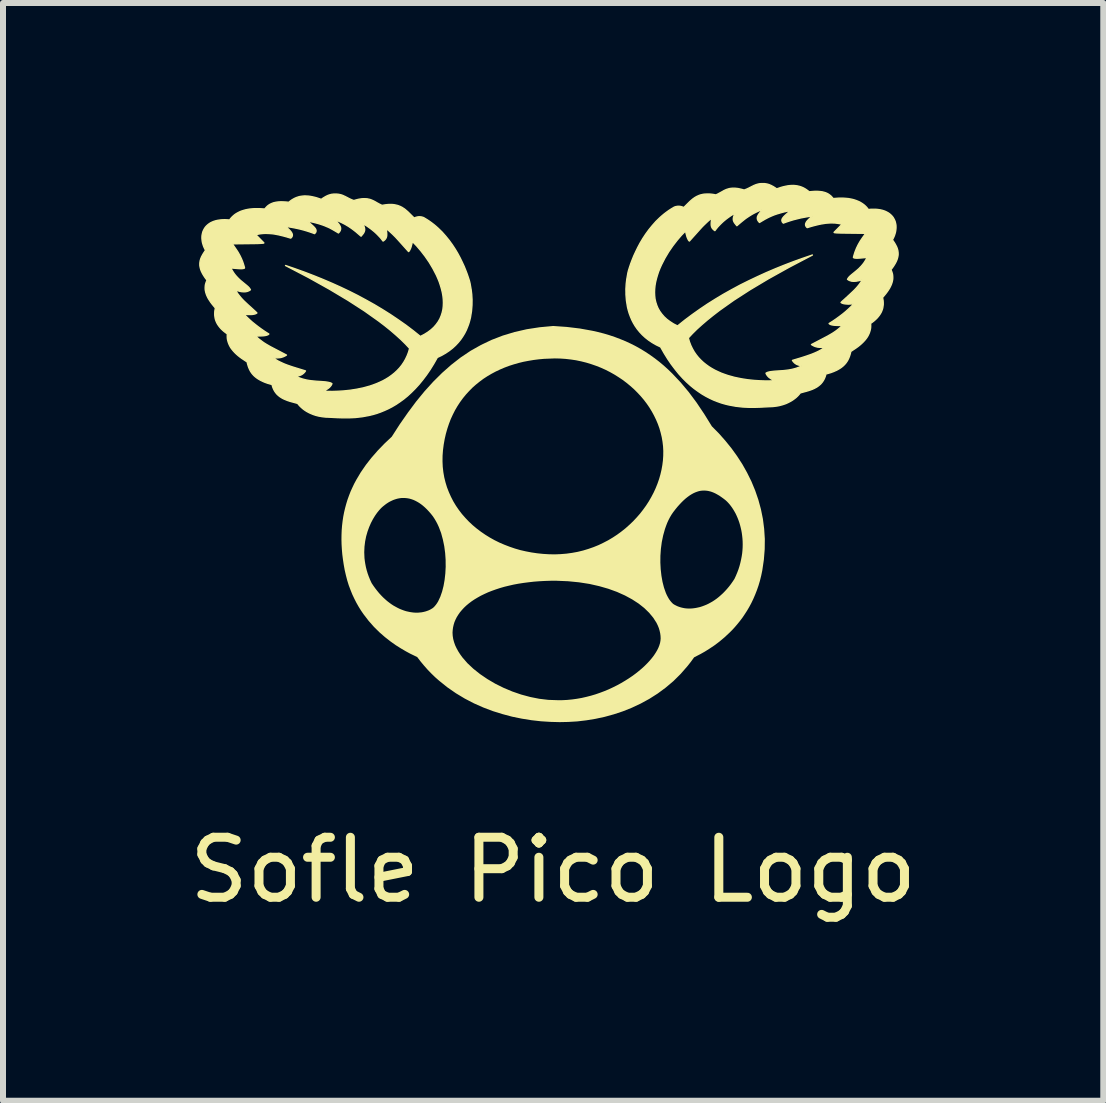
<source format=kicad_pcb>
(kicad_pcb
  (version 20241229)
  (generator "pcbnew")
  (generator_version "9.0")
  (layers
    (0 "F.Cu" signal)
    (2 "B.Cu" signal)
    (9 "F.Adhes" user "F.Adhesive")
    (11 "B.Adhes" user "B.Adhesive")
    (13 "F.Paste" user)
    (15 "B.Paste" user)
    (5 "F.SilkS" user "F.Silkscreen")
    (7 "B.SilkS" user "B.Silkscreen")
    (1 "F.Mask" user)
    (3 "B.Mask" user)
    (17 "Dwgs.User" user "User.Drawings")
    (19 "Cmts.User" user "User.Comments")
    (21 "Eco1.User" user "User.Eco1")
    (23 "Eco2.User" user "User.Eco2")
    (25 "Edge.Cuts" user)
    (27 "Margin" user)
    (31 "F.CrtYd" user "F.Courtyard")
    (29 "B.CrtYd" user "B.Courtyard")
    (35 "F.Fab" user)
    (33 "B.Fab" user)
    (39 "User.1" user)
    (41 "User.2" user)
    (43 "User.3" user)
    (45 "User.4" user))
  (footprint "Sofle Pico Logo"
    (layer "F.Cu")
    (at 6.103 4.495)
    (property "Reference" "Sofle Pico Logo" (at 0.07 6.96 0) (unlocked yes) (layer "F.SilkS") (effects (font (size 1 1) (thickness 0.15))))
    (fp_poly (pts (xy 0.298 -2.094) (xy 0.514 -2.068) (xy 0.72 -2.031) (xy 0.818 -2.009) (xy 0.915 -1.984) (xy 1.009 -1.956) (xy 1.101 -1.925) (xy 1.19 -1.891) (xy 1.278 -1.855) (xy 1.364 -1.815) (xy 1.447 -1.773) (xy 1.529 -1.727) (xy 1.609 -1.678) (xy 1.687 -1.626) (xy 1.764 -1.571) (xy 1.839 -1.513) (xy 1.913 -1.451) (xy 1.985 -1.386) (xy 2.056 -1.317) (xy 2.195 -1.17) (xy 2.33 -1.009) (xy 2.461 -0.833) (xy 2.589 -0.642) (xy 2.716 -0.437) (xy 2.831 -0.321) (xy 2.939 -0.199) (xy 3.042 -0.072) (xy 3.137 0.06) (xy 3.225 0.196) (xy 3.304 0.337) (xy 3.376 0.483) (xy 3.438 0.633) (xy 3.491 0.787) (xy 3.534 0.945) (xy 3.567 1.107) (xy 3.588 1.272) (xy 3.599 1.441) (xy 3.597 1.612) (xy 3.583 1.787) (xy 3.557 1.964) (xy 3.539 2.051) (xy 3.518 2.136) (xy 3.494 2.217) (xy 3.467 2.295) (xy 3.438 2.369) (xy 3.407 2.441) (xy 3.374 2.51) (xy 3.339 2.575) (xy 3.302 2.638) (xy 3.263 2.698) (xy 3.224 2.756) (xy 3.183 2.81) (xy 3.141 2.862) (xy 3.099 2.911) (xy 3.056 2.958) (xy 3.012 3.002) (xy 2.925 3.083) (xy 2.839 3.155) (xy 2.755 3.218) (xy 2.674 3.272) (xy 2.599 3.319) (xy 2.53 3.358) (xy 2.42 3.415) (xy 2.367 3.488) (xy 2.312 3.558) (xy 2.197 3.69) (xy 2.075 3.811) (xy 1.946 3.92) (xy 1.812 4.019) (xy 1.672 4.108) (xy 1.529 4.186) (xy 1.382 4.255) (xy 1.232 4.315) (xy 1.081 4.365) (xy 0.929 4.407) (xy 0.776 4.44) (xy 0.624 4.465) (xy 0.473 4.483) (xy 0.324 4.492) (xy 0.178 4.495) (xy 0.024 4.491) (xy -0.133 4.481) (xy -0.293 4.463) (xy -0.454 4.437) (xy -0.615 4.404) (xy -0.776 4.361) (xy -0.937 4.311) (xy -1.095 4.251) (xy -1.251 4.182) (xy -1.403 4.103) (xy -1.551 4.014) (xy -1.694 3.915) (xy -1.831 3.805) (xy -1.897 3.747) (xy -1.961 3.685) (xy -2.023 3.621) (xy -2.083 3.553) (xy -2.141 3.483) (xy -2.197 3.41) (xy -2.315 3.353) (xy -2.387 3.314) (xy -2.467 3.267) (xy -2.553 3.213) (xy -2.642 3.15) (xy -2.734 3.078) (xy -2.819 3.004) (xy -1.608 3.004) (xy -1.605 3.056) (xy -1.597 3.108) (xy -1.583 3.16) (xy -1.565 3.212) (xy -1.541 3.263) (xy -1.513 3.314) (xy -1.481 3.364) (xy -1.445 3.414) (xy -1.36 3.512) (xy -1.261 3.605) (xy -1.149 3.694) (xy -1.027 3.777) (xy -0.896 3.854) (xy -0.757 3.923) (xy -0.612 3.984) (xy -0.464 4.035) (xy -0.312 4.076) (xy -0.161 4.106) (xy -0.01 4.124) (xy 0.139 4.129) (xy 0.221 4.129) (xy 0.302 4.125) (xy 0.384 4.117) (xy 0.464 4.106) (xy 0.544 4.092) (xy 0.623 4.074) (xy 0.701 4.054) (xy 0.778 4.031) (xy 0.853 4.005) (xy 0.927 3.977) (xy 0.999 3.947) (xy 1.069 3.914) (xy 1.137 3.88) (xy 1.203 3.844) (xy 1.267 3.806) (xy 1.329 3.767) (xy 1.388 3.727) (xy 1.444 3.686) (xy 1.497 3.644) (xy 1.548 3.601) (xy 1.595 3.558) (xy 1.639 3.514) (xy 1.679 3.471) (xy 1.716 3.427) (xy 1.749 3.384) (xy 1.778 3.34) (xy 1.803 3.298) (xy 1.824 3.256) (xy 1.84 3.215) (xy 1.852 3.176) (xy 1.859 3.137) (xy 1.862 3.1) (xy 1.86 3.056) (xy 1.854 3.012) (xy 1.844 2.968) (xy 1.831 2.925) (xy 1.813 2.881) (xy 1.792 2.838) (xy 1.738 2.754) (xy 1.67 2.672) (xy 1.589 2.593) (xy 1.494 2.518) (xy 1.386 2.448) (xy 1.266 2.383) (xy 1.134 2.324) (xy 0.991 2.272) (xy 0.838 2.228) (xy 0.675 2.191) (xy 0.501 2.164) (xy 0.319 2.146) (xy 0.129 2.138) (xy 0.031 2.138) (xy -0.065 2.141) (xy -0.159 2.146) (xy -0.25 2.153) (xy -0.338 2.163) (xy -0.424 2.174) (xy -0.508 2.187) (xy -0.589 2.202) (xy -0.667 2.22) (xy -0.742 2.238) (xy -0.815 2.259) (xy -0.885 2.282) (xy -0.952 2.306) (xy -1.016 2.331) (xy -1.077 2.359) (xy -1.135 2.387) (xy -1.19 2.418) (xy -1.242 2.449) (xy -1.291 2.482) (xy -1.336 2.516) (xy -1.378 2.551) (xy -1.417 2.588) (xy -1.452 2.626) (xy -1.484 2.664) (xy -1.512 2.704) (xy -1.537 2.744) (xy -1.558 2.786) (xy -1.576 2.828) (xy -1.589 2.871) (xy -1.599 2.915) (xy -1.605 2.959) (xy -1.608 3.004) (xy -2.819 3.004) (xy -2.827 2.997) (xy -2.919 2.906) (xy -3.008 2.805) (xy -3.094 2.693) (xy -3.135 2.633) (xy -3.174 2.57) (xy -3.211 2.505) (xy -3.246 2.436) (xy -3.28 2.364) (xy -3.31 2.289) (xy -3.339 2.212) (xy -3.364 2.131) (xy -3.386 2.046) (xy -3.406 1.959) (xy -3.422 1.87) (xy -3.435 1.784) (xy -3.446 1.698) (xy -3.449 1.663) (xy -3.08 1.663) (xy -3.076 1.76) (xy -3.07 1.81) (xy -3.062 1.86) (xy -3.052 1.911) (xy -3.039 1.963) (xy -3.023 2.016) (xy -3.004 2.069) (xy -2.982 2.123) (xy -2.957 2.177) (xy -2.927 2.222) (xy -2.896 2.265) (xy -2.864 2.306) (xy -2.832 2.345) (xy -2.799 2.381) (xy -2.766 2.415) (xy -2.732 2.446) (xy -2.698 2.476) (xy -2.663 2.503) (xy -2.629 2.528) (xy -2.594 2.551) (xy -2.558 2.571) (xy -2.523 2.59) (xy -2.488 2.607) (xy -2.453 2.621) (xy -2.418 2.634) (xy -2.384 2.645) (xy -2.349 2.653) (xy -2.315 2.66) (xy -2.281 2.665) (xy -2.248 2.669) (xy -2.216 2.67) (xy -2.184 2.67) (xy -2.152 2.667) (xy -2.122 2.664) (xy -2.092 2.658) (xy -2.063 2.651) (xy -2.035 2.642) (xy -2.008 2.632) (xy -1.982 2.62) (xy -1.958 2.606) (xy -1.934 2.591) (xy -1.911 2.569) (xy -1.888 2.542) (xy -1.867 2.513) (xy -1.847 2.48) (xy -1.812 2.405) (xy -1.782 2.319) (xy -1.758 2.225) (xy -1.74 2.123) (xy -1.728 2.016) (xy -1.722 1.904) (xy -1.723 1.835) (xy 1.857 1.835) (xy 1.863 1.947) (xy 1.875 2.054) (xy 1.893 2.156) (xy 1.917 2.25) (xy 1.947 2.336) (xy 1.964 2.375) (xy 1.983 2.411) (xy 2.002 2.444) (xy 2.024 2.474) (xy 2.046 2.5) (xy 2.069 2.523) (xy 2.093 2.538) (xy 2.118 2.551) (xy 2.143 2.563) (xy 2.17 2.573) (xy 2.198 2.582) (xy 2.227 2.589) (xy 2.257 2.595) (xy 2.287 2.599) (xy 2.319 2.601) (xy 2.351 2.601) (xy 2.383 2.6) (xy 2.417 2.596) (xy 2.45 2.591) (xy 2.484 2.584) (xy 2.519 2.576) (xy 2.553 2.565) (xy 2.588 2.552) (xy 2.623 2.538) (xy 2.659 2.521) (xy 2.694 2.502) (xy 2.729 2.482) (xy 2.764 2.459) (xy 2.799 2.434) (xy 2.833 2.407) (xy 2.867 2.377) (xy 2.901 2.346) (xy 2.934 2.312) (xy 2.967 2.276) (xy 3 2.237) (xy 3.031 2.197) (xy 3.062 2.153) (xy 3.092 2.108) (xy 3.117 2.054) (xy 3.14 1.999) (xy 3.16 1.946) (xy 3.177 1.892) (xy 3.191 1.839) (xy 3.203 1.786) (xy 3.213 1.734) (xy 3.221 1.682) (xy 3.226 1.631) (xy 3.229 1.581) (xy 3.23 1.531) (xy 3.229 1.482) (xy 3.226 1.434) (xy 3.221 1.387) (xy 3.215 1.342) (xy 3.207 1.297) (xy 3.197 1.253) (xy 3.186 1.21) (xy 3.174 1.169) (xy 3.16 1.129) (xy 3.145 1.091) (xy 3.129 1.054) (xy 3.112 1.018) (xy 3.093 0.984) (xy 3.074 0.952) (xy 3.054 0.921) (xy 3.033 0.892) (xy 3.012 0.865) (xy 2.99 0.84) (xy 2.968 0.817) (xy 2.945 0.796) (xy 2.921 0.777) (xy 2.901 0.762) (xy 2.88 0.747) (xy 2.86 0.733) (xy 2.84 0.719) (xy 2.819 0.707) (xy 2.798 0.695) (xy 2.778 0.684) (xy 2.757 0.674) (xy 2.736 0.665) (xy 2.715 0.657) (xy 2.694 0.65) (xy 2.673 0.645) (xy 2.652 0.64) (xy 2.63 0.637) (xy 2.609 0.635) (xy 2.587 0.634) (xy 2.558 0.635) (xy 2.529 0.638) (xy 2.5 0.644) (xy 2.471 0.653) (xy 2.441 0.664) (xy 2.41 0.678) (xy 2.379 0.695) (xy 2.347 0.715) (xy 2.315 0.738) (xy 2.282 0.764) (xy 2.249 0.793) (xy 2.215 0.826) (xy 2.18 0.863) (xy 2.144 0.903) (xy 2.108 0.947) (xy 2.071 0.995) (xy 2.043 1.036) (xy 2.017 1.08) (xy 1.993 1.126) (xy 1.971 1.174) (xy 1.952 1.224) (xy 1.934 1.275) (xy 1.904 1.382) (xy 1.881 1.493) (xy 1.866 1.607) (xy 1.858 1.722) (xy 1.857 1.835) (xy -1.723 1.835) (xy -1.723 1.79) (xy -1.731 1.676) (xy -1.746 1.562) (xy -1.769 1.451) (xy -1.798 1.344) (xy -1.836 1.243) (xy -1.858 1.195) (xy -1.882 1.149) (xy -1.908 1.105) (xy -1.935 1.064) (xy -1.969 1.021) (xy -2.002 0.983) (xy -2.035 0.948) (xy -2.068 0.916) (xy -2.101 0.887) (xy -2.133 0.862) (xy -2.165 0.84) (xy -2.197 0.821) (xy -2.229 0.804) (xy -2.26 0.79) (xy -2.291 0.779) (xy -2.321 0.77) (xy -2.351 0.764) (xy -2.381 0.76) (xy -2.41 0.758) (xy -2.438 0.758) (xy -2.452 0.758) (xy -2.466 0.759) (xy -2.48 0.761) (xy -2.494 0.763) (xy -2.521 0.768) (xy -2.547 0.775) (xy -2.572 0.783) (xy -2.597 0.792) (xy -2.621 0.803) (xy -2.644 0.814) (xy -2.667 0.826) (xy -2.689 0.84) (xy -2.709 0.853) (xy -2.729 0.868) (xy -2.748 0.883) (xy -2.767 0.898) (xy -2.784 0.913) (xy -2.8 0.928) (xy -2.832 0.963) (xy -2.866 1.005) (xy -2.901 1.055) (xy -2.935 1.111) (xy -2.968 1.174) (xy -2.998 1.243) (xy -3.025 1.317) (xy -3.048 1.397) (xy -3.065 1.481) (xy -3.076 1.57) (xy -3.08 1.663) (xy -3.449 1.663) (xy -3.453 1.615) (xy -3.458 1.533) (xy -3.46 1.452) (xy -3.459 1.373) (xy -3.456 1.295) (xy -3.45 1.219) (xy -3.441 1.143) (xy -3.43 1.069) (xy -3.416 0.997) (xy -3.399 0.925) (xy -3.38 0.855) (xy -3.359 0.786) (xy -3.334 0.717) (xy -3.308 0.65) (xy -3.278 0.584) (xy -3.247 0.519) (xy -3.212 0.454) (xy -3.137 0.328) (xy -3.052 0.205) (xy -3.007 0.147) (xy -1.775 0.147) (xy -1.771 0.238) (xy -1.761 0.327) (xy -1.746 0.413) (xy -1.725 0.498) (xy -1.7 0.58) (xy -1.669 0.66) (xy -1.634 0.738) (xy -1.595 0.814) (xy -1.551 0.887) (xy -1.503 0.957) (xy -1.451 1.025) (xy -1.394 1.09) (xy -1.335 1.152) (xy -1.271 1.212) (xy -1.204 1.268) (xy -1.134 1.321) (xy -1.061 1.371) (xy -0.985 1.418) (xy -0.906 1.462) (xy -0.825 1.502) (xy -0.741 1.538) (xy -0.655 1.571) (xy -0.567 1.601) (xy -0.477 1.627) (xy -0.385 1.648) (xy -0.291 1.666) (xy -0.196 1.68) (xy -0.1 1.69) (xy -0.002 1.696) (xy 0.096 1.698) (xy 0.194 1.694) (xy 0.291 1.686) (xy 0.385 1.673) (xy 0.478 1.656) (xy 0.568 1.634) (xy 0.657 1.607) (xy 0.743 1.577) (xy 0.827 1.543) (xy 0.908 1.504) (xy 0.987 1.463) (xy 1.064 1.417) (xy 1.137 1.369) (xy 1.208 1.317) (xy 1.276 1.263) (xy 1.341 1.205) (xy 1.403 1.146) (xy 1.462 1.083) (xy 1.518 1.019) (xy 1.57 0.952) (xy 1.619 0.884) (xy 1.665 0.813) (xy 1.706 0.742) (xy 1.745 0.668) (xy 1.779 0.594) (xy 1.809 0.519) (xy 1.836 0.442) (xy 1.858 0.365) (xy 1.876 0.288) (xy 1.89 0.21) (xy 1.9 0.131) (xy 1.905 0.053) (xy 1.906 -0.025) (xy 1.902 -0.102) (xy 1.893 -0.179) (xy 1.88 -0.255) (xy 1.862 -0.33) (xy 1.841 -0.404) (xy 1.815 -0.476) (xy 1.785 -0.547) (xy 1.751 -0.617) (xy 1.714 -0.685) (xy 1.673 -0.752) (xy 1.628 -0.817) (xy 1.58 -0.88) (xy 1.529 -0.94) (xy 1.474 -0.999) (xy 1.417 -1.056) (xy 1.356 -1.11) (xy 1.293 -1.162) (xy 1.228 -1.211) (xy 1.159 -1.257) (xy 1.089 -1.301) (xy 1.016 -1.342) (xy 0.941 -1.38) (xy 0.863 -1.415) (xy 0.784 -1.446) (xy 0.703 -1.474) (xy 0.621 -1.499) (xy 0.537 -1.52) (xy 0.451 -1.538) (xy 0.364 -1.551) (xy 0.276 -1.561) (xy 0.187 -1.567) (xy 0.097 -1.569) (xy -0.082 -1.562) (xy -0.169 -1.554) (xy -0.256 -1.543) (xy -0.34 -1.529) (xy -0.424 -1.513) (xy -0.506 -1.493) (xy -0.586 -1.47) (xy -0.664 -1.445) (xy -0.741 -1.416) (xy -0.816 -1.384) (xy -0.888 -1.35) (xy -0.959 -1.312) (xy -1.027 -1.272) (xy -1.093 -1.229) (xy -1.156 -1.182) (xy -1.217 -1.133) (xy -1.276 -1.081) (xy -1.331 -1.025) (xy -1.384 -0.967) (xy -1.434 -0.906) (xy -1.481 -0.842) (xy -1.525 -0.775) (xy -1.566 -0.705) (xy -1.603 -0.632) (xy -1.638 -0.556) (xy -1.668 -0.477) (xy -1.695 -0.396) (xy -1.719 -0.311) (xy -1.739 -0.223) (xy -1.755 -0.133) (xy -1.767 -0.039) (xy -1.774 0.055) (xy -1.775 0.147) (xy -3.007 0.147) (xy -2.958 0.085) (xy -2.855 -0.033) (xy -2.743 -0.149) (xy -2.622 -0.263) (xy -2.488 -0.471) (xy -2.352 -0.666) (xy -2.215 -0.85) (xy -2.074 -1.022) (xy -1.93 -1.181) (xy -1.782 -1.328) (xy -1.629 -1.463) (xy -1.471 -1.586) (xy -1.307 -1.696) (xy -1.135 -1.793) (xy -0.957 -1.878) (xy -0.77 -1.95) (xy -0.575 -2.009) (xy -0.37 -2.056) (xy -0.155 -2.089) (xy 0.071 -2.11)) (stroke (width 0) (type solid)) (fill yes) (layer "F.SilkS"))
    (fp_poly (pts (xy -3.531 -4.308) (xy -3.52 -4.307) (xy -3.51 -4.306) (xy -3.5 -4.304) (xy -3.49 -4.302) (xy -3.471 -4.298) (xy -3.452 -4.292) (xy -3.434 -4.285) (xy -3.417 -4.277) (xy -3.399 -4.269) (xy -3.33 -4.233) (xy -3.311 -4.224) (xy -3.293 -4.216) (xy -3.273 -4.208) (xy -3.253 -4.201) (xy -3.227 -4.209) (xy -3.203 -4.215) (xy -3.18 -4.221) (xy -3.159 -4.225) (xy -3.138 -4.228) (xy -3.118 -4.231) (xy -3.099 -4.232) (xy -3.081 -4.232) (xy -3.064 -4.232) (xy -3.048 -4.231) (xy -3.032 -4.23) (xy -3.017 -4.227) (xy -3.003 -4.224) (xy -2.989 -4.221) (xy -2.976 -4.217) (xy -2.963 -4.212) (xy -2.951 -4.207) (xy -2.939 -4.202) (xy -2.916 -4.191) (xy -2.894 -4.179) (xy -2.872 -4.166) (xy -2.85 -4.154) (xy -2.828 -4.142) (xy -2.805 -4.131) (xy -2.793 -4.125) (xy -2.78 -4.121) (xy -2.753 -4.126) (xy -2.726 -4.13) (xy -2.701 -4.133) (xy -2.677 -4.135) (xy -2.654 -4.136) (xy -2.632 -4.136) (xy -2.611 -4.135) (xy -2.59 -4.133) (xy -2.571 -4.13) (xy -2.552 -4.126) (xy -2.534 -4.122) (xy -2.517 -4.117) (xy -2.501 -4.111) (xy -2.485 -4.105) (xy -2.469 -4.097) (xy -2.454 -4.09) (xy -2.44 -4.081) (xy -2.426 -4.072) (xy -2.412 -4.063) (xy -2.399 -4.053) (xy -2.373 -4.031) (xy -2.348 -4.009) (xy -2.246 -3.908) (xy -2.244 -3.911) (xy -2.235 -3.915) (xy -2.225 -3.919) (xy -2.216 -3.922) (xy -2.206 -3.925) (xy -2.196 -3.927) (xy -2.186 -3.929) (xy -2.176 -3.93) (xy -2.166 -3.931) (xy -2.156 -3.931) (xy -2.146 -3.93) (xy -2.136 -3.929) (xy -2.126 -3.928) (xy -2.116 -3.925) (xy -2.106 -3.923) (xy -2.096 -3.919) (xy -2.087 -3.916) (xy -2.08 -3.911) (xy -2.038 -3.886) (xy -1.998 -3.86) (xy -1.959 -3.832) (xy -1.921 -3.803) (xy -1.885 -3.773) (xy -1.85 -3.742) (xy -1.783 -3.677) (xy -1.722 -3.608) (xy -1.665 -3.538) (xy -1.612 -3.465) (xy -1.564 -3.392) (xy -1.52 -3.318) (xy -1.481 -3.245) (xy -1.446 -3.173) (xy -1.414 -3.104) (xy -1.387 -3.037) (xy -1.363 -2.974) (xy -1.343 -2.915) (xy -1.326 -2.862) (xy -1.316 -2.821) (xy -1.297 -2.712) (xy -1.288 -2.637) (xy -1.283 -2.551) (xy -1.284 -2.457) (xy -1.292 -2.357) (xy -1.309 -2.252) (xy -1.322 -2.199) (xy -1.338 -2.145) (xy -1.358 -2.092) (xy -1.38 -2.039) (xy -1.407 -1.986) (xy -1.438 -1.935) (xy -1.473 -1.884) (xy -1.513 -1.835) (xy -1.558 -1.787) (xy -1.607 -1.742) (xy -1.662 -1.699) (xy -1.723 -1.658) (xy -1.789 -1.62) (xy -1.862 -1.585) (xy -1.921 -1.481) (xy -1.981 -1.384) (xy -2.042 -1.295) (xy -2.105 -1.212) (xy -2.167 -1.136) (xy -2.231 -1.066) (xy -2.295 -1.002) (xy -2.359 -0.943) (xy -2.424 -0.89) (xy -2.489 -0.843) (xy -2.553 -0.8) (xy -2.618 -0.762) (xy -2.682 -0.729) (xy -2.746 -0.7) (xy -2.81 -0.674) (xy -2.872 -0.652) (xy -2.934 -0.634) (xy -2.995 -0.619) (xy -3.114 -0.597) (xy -3.228 -0.584) (xy -3.336 -0.579) (xy -3.437 -0.579) (xy -3.53 -0.582) (xy -3.687 -0.59) (xy -3.72 -0.591) (xy -3.752 -0.594) (xy -3.783 -0.598) (xy -3.812 -0.603) (xy -3.841 -0.608) (xy -3.868 -0.615) (xy -3.894 -0.622) (xy -3.918 -0.63) (xy -3.942 -0.639) (xy -3.964 -0.648) (xy -3.985 -0.657) (xy -4.005 -0.667) (xy -4.024 -0.677) (xy -4.042 -0.687) (xy -4.059 -0.698) (xy -4.074 -0.708) (xy -4.089 -0.719) (xy -4.102 -0.729) (xy -4.115 -0.74) (xy -4.126 -0.75) (xy -4.146 -0.768) (xy -4.162 -0.785) (xy -4.174 -0.799) (xy -4.183 -0.81) (xy -4.19 -0.819) (xy -4.259 -0.838) (xy -4.293 -0.847) (xy -4.327 -0.857) (xy -4.36 -0.868) (xy -4.392 -0.881) (xy -4.423 -0.894) (xy -4.438 -0.902) (xy -4.453 -0.91) (xy -4.467 -0.919) (xy -4.481 -0.928) (xy -4.494 -0.937) (xy -4.507 -0.948) (xy -4.52 -0.959) (xy -4.532 -0.97) (xy -4.543 -0.983) (xy -4.554 -0.996) (xy -4.564 -1.01) (xy -4.574 -1.025) (xy -4.583 -1.041) (xy -4.591 -1.057) (xy -4.599 -1.075) (xy -4.606 -1.094) (xy -4.612 -1.113) (xy -4.617 -1.134) (xy -4.646 -1.142) (xy -4.673 -1.15) (xy -4.7 -1.158) (xy -4.724 -1.167) (xy -4.748 -1.176) (xy -4.77 -1.186) (xy -4.791 -1.196) (xy -4.811 -1.206) (xy -4.829 -1.216) (xy -4.847 -1.227) (xy -4.863 -1.237) (xy -4.879 -1.249) (xy -4.893 -1.26) (xy -4.907 -1.272) (xy -4.919 -1.283) (xy -4.931 -1.296) (xy -4.942 -1.308) (xy -4.952 -1.32) (xy -4.961 -1.333) (xy -4.97 -1.346) (xy -4.978 -1.359) (xy -4.985 -1.372) (xy -4.998 -1.399) (xy -5.009 -1.426) (xy -5.018 -1.454) (xy -5.026 -1.482) (xy -5.032 -1.51) (xy -5.122 -1.57) (xy -5.151 -1.591) (xy -5.18 -1.614) (xy -5.209 -1.639) (xy -5.238 -1.667) (xy -5.266 -1.698) (xy -5.279 -1.714) (xy -5.292 -1.73) (xy -5.304 -1.747) (xy -5.315 -1.765) (xy -5.325 -1.784) (xy -5.334 -1.803) (xy -5.342 -1.823) (xy -5.349 -1.843) (xy -5.355 -1.864) (xy -5.36 -1.886) (xy -5.363 -1.908) (xy -5.364 -1.931) (xy -5.364 -1.954) (xy -5.363 -1.978) (xy -5.391 -1.998) (xy -5.418 -2.019) (xy -5.443 -2.041) (xy -5.466 -2.063) (xy -5.487 -2.087) (xy -5.506 -2.111) (xy -5.523 -2.136) (xy -5.538 -2.162) (xy -5.55 -2.189) (xy -5.555 -2.203) (xy -5.56 -2.218) (xy -5.564 -2.232) (xy -5.567 -2.247) (xy -5.569 -2.262) (xy -5.571 -2.277) (xy -5.573 -2.293) (xy -5.573 -2.309) (xy -5.573 -2.325) (xy -5.572 -2.341) (xy -5.571 -2.358) (xy -5.568 -2.375) (xy -5.565 -2.393) (xy -5.562 -2.41) (xy -5.591 -2.444) (xy -5.617 -2.476) (xy -5.641 -2.508) (xy -5.662 -2.54) (xy -5.681 -2.57) (xy -5.696 -2.6) (xy -5.703 -2.615) (xy -5.709 -2.63) (xy -5.714 -2.644) (xy -5.719 -2.659) (xy -5.723 -2.673) (xy -5.726 -2.687) (xy -5.729 -2.701) (xy -5.731 -2.715) (xy -5.732 -2.728) (xy -5.732 -2.742) (xy -5.732 -2.756) (xy -5.731 -2.769) (xy -5.73 -2.783) (xy -5.728 -2.796) (xy -5.725 -2.809) (xy -5.721 -2.822) (xy -5.717 -2.835) (xy -5.712 -2.848) (xy -5.707 -2.861) (xy -5.701 -2.874) (xy -5.719 -2.896) (xy -5.735 -2.918) (xy -5.749 -2.939) (xy -5.762 -2.96) (xy -5.774 -2.98) (xy -5.784 -3) (xy -5.793 -3.018) (xy -5.801 -3.037) (xy -5.807 -3.055) (xy -5.812 -3.072) (xy -5.813 -3.078) (xy -5.304 -3.078) (xy -5.294 -3.058) (xy -5.284 -3.039) (xy -5.273 -3.021) (xy -5.262 -3.004) (xy -5.251 -2.987) (xy -5.239 -2.971) (xy -5.227 -2.956) (xy -5.215 -2.942) (xy -5.203 -2.929) (xy -5.191 -2.916) (xy -5.167 -2.892) (xy -5.142 -2.869) (xy -5.118 -2.849) (xy -5.073 -2.812) (xy -5.052 -2.795) (xy -5.033 -2.779) (xy -5.015 -2.763) (xy -5.008 -2.755) (xy -5 -2.747) (xy -4.994 -2.739) (xy -4.988 -2.731) (xy -4.983 -2.722) (xy -4.978 -2.714) (xy -4.984 -2.709) (xy -4.99 -2.705) (xy -5.003 -2.698) (xy -5.016 -2.692) (xy -5.03 -2.687) (xy -5.044 -2.684) (xy -5.059 -2.681) (xy -5.074 -2.68) (xy -5.09 -2.68) (xy -5.106 -2.681) (xy -5.122 -2.682) (xy -5.138 -2.685) (xy -5.155 -2.688) (xy -5.172 -2.693) (xy -5.19 -2.697) (xy -5.207 -2.703) (xy -5.225 -2.709) (xy -5.21 -2.681) (xy -5.193 -2.654) (xy -5.174 -2.628) (xy -5.154 -2.603) (xy -5.133 -2.578) (xy -5.111 -2.554) (xy -5.089 -2.531) (xy -5.065 -2.508) (xy -5.016 -2.462) (xy -4.967 -2.418) (xy -4.918 -2.373) (xy -4.893 -2.35) (xy -4.87 -2.327) (xy -4.876 -2.323) (xy -4.883 -2.319) (xy -4.89 -2.315) (xy -4.899 -2.312) (xy -4.908 -2.309) (xy -4.918 -2.307) (xy -4.929 -2.305) (xy -4.941 -2.303) (xy -4.954 -2.302) (xy -4.968 -2.301) (xy -4.984 -2.301) (xy -5.001 -2.301) (xy -5.02 -2.301) (xy -5.04 -2.302) (xy -5.061 -2.304) (xy -5.085 -2.306) (xy -5.041 -2.262) (xy -4.995 -2.218) (xy -4.947 -2.175) (xy -4.896 -2.134) (xy -4.843 -2.093) (xy -4.788 -2.053) (xy -4.731 -2.014) (xy -4.671 -1.976) (xy -4.674 -1.973) (xy -4.677 -1.97) (xy -4.685 -1.965) (xy -4.694 -1.961) (xy -4.705 -1.957) (xy -4.717 -1.954) (xy -4.73 -1.951) (xy -4.744 -1.949) (xy -4.759 -1.947) (xy -4.79 -1.945) (xy -4.824 -1.944) (xy -4.892 -1.942) (xy -4.864 -1.916) (xy -4.835 -1.891) (xy -4.805 -1.868) (xy -4.775 -1.845) (xy -4.744 -1.824) (xy -4.712 -1.804) (xy -4.679 -1.785) (xy -4.646 -1.766) (xy -4.377 -1.625) (xy -4.385 -1.62) (xy -4.393 -1.615) (xy -4.401 -1.611) (xy -4.409 -1.607) (xy -4.425 -1.599) (xy -4.44 -1.594) (xy -4.454 -1.589) (xy -4.469 -1.585) (xy -4.482 -1.583) (xy -4.496 -1.581) (xy -4.509 -1.58) (xy -4.522 -1.579) (xy -4.535 -1.579) (xy -4.548 -1.579) (xy -4.573 -1.58) (xy -4.598 -1.58) (xy -4.574 -1.562) (xy -4.547 -1.544) (xy -4.519 -1.527) (xy -4.489 -1.512) (xy -4.457 -1.497) (xy -4.425 -1.482) (xy -4.391 -1.468) (xy -4.356 -1.455) (xy -4.284 -1.43) (xy -4.21 -1.407) (xy -4.06 -1.361) (xy -4.067 -1.351) (xy -4.074 -1.341) (xy -4.082 -1.333) (xy -4.089 -1.325) (xy -4.097 -1.318) (xy -4.105 -1.312) (xy -4.113 -1.306) (xy -4.122 -1.3) (xy -4.131 -1.295) (xy -4.141 -1.291) (xy -4.151 -1.287) (xy -4.163 -1.283) (xy -4.175 -1.28) (xy -4.187 -1.277) (xy -4.201 -1.273) (xy -4.216 -1.27) (xy -4.196 -1.26) (xy -4.176 -1.25) (xy -4.155 -1.242) (xy -4.133 -1.234) (xy -4.112 -1.227) (xy -4.09 -1.221) (xy -4.046 -1.21) (xy -4.002 -1.202) (xy -3.957 -1.196) (xy -3.914 -1.192) (xy -3.871 -1.188) (xy -3.79 -1.183) (xy -3.753 -1.18) (xy -3.719 -1.177) (xy -3.688 -1.172) (xy -3.661 -1.166) (xy -3.648 -1.163) (xy -3.637 -1.158) (xy -3.628 -1.154) (xy -3.619 -1.148) (xy -3.623 -1.138) (xy -3.628 -1.128) (xy -3.634 -1.118) (xy -3.641 -1.109) (xy -3.648 -1.1) (xy -3.656 -1.092) (xy -3.664 -1.083) (xy -3.674 -1.076) (xy -3.684 -1.068) (xy -3.694 -1.061) (xy -3.705 -1.054) (xy -3.716 -1.047) (xy -3.728 -1.04) (xy -3.74 -1.034) (xy -3.753 -1.028) (xy -3.766 -1.022) (xy -3.696 -1.019) (xy -3.614 -1.018) (xy -3.522 -1.021) (xy -3.422 -1.027) (xy -3.316 -1.038) (xy -3.207 -1.055) (xy -3.095 -1.078) (xy -2.983 -1.109) (xy -2.928 -1.128) (xy -2.873 -1.149) (xy -2.82 -1.172) (xy -2.767 -1.197) (xy -2.717 -1.225) (xy -2.667 -1.256) (xy -2.62 -1.29) (xy -2.575 -1.326) (xy -2.532 -1.366) (xy -2.492 -1.408) (xy -2.455 -1.454) (xy -2.421 -1.504) (xy -2.391 -1.556) (xy -2.364 -1.613) (xy -2.341 -1.673) (xy -2.323 -1.736) (xy -2.391 -1.809) (xy -2.466 -1.883) (xy -2.549 -1.958) (xy -2.639 -2.036) (xy -2.737 -2.115) (xy -2.842 -2.195) (xy -3.079 -2.363) (xy -3.35 -2.538) (xy -3.658 -2.722) (xy -4.005 -2.916) (xy -4.392 -3.118) (xy -4.234 -3.064) (xy -4.078 -3.008) (xy -3.924 -2.949) (xy -3.773 -2.888) (xy -3.623 -2.824) (xy -3.476 -2.758) (xy -3.331 -2.689) (xy -3.188 -2.617) (xy -3.049 -2.542) (xy -2.911 -2.465) (xy -2.776 -2.384) (xy -2.644 -2.301) (xy -2.515 -2.214) (xy -2.388 -2.125) (xy -2.265 -2.032) (xy -2.144 -1.935) (xy -2.077 -1.97) (xy -2.018 -2.007) (xy -1.965 -2.047) (xy -1.919 -2.089) (xy -1.88 -2.134) (xy -1.846 -2.181) (xy -1.818 -2.23) (xy -1.797 -2.28) (xy -1.78 -2.333) (xy -1.768 -2.386) (xy -1.762 -2.441) (xy -1.76 -2.497) (xy -1.762 -2.554) (xy -1.768 -2.611) (xy -1.778 -2.668) (xy -1.792 -2.726) (xy -1.809 -2.784) (xy -1.828 -2.842) (xy -1.851 -2.899) (xy -1.876 -2.956) (xy -1.933 -3.066) (xy -1.996 -3.172) (xy -2.065 -3.272) (xy -2.136 -3.364) (xy -2.207 -3.447) (xy -2.277 -3.519) (xy -2.281 -3.502) (xy -2.284 -3.486) (xy -2.288 -3.471) (xy -2.292 -3.457) (xy -2.296 -3.443) (xy -2.299 -3.43) (xy -2.303 -3.418) (xy -2.307 -3.407) (xy -2.312 -3.397) (xy -2.316 -3.387) (xy -2.32 -3.379) (xy -2.324 -3.372) (xy -2.328 -3.365) (xy -2.33 -3.362) (xy -2.332 -3.359) (xy -2.334 -3.357) (xy -2.337 -3.355) (xy -2.339 -3.353) (xy -2.341 -3.351) (xy -2.514 -3.544) (xy -2.558 -3.592) (xy -2.582 -3.616) (xy -2.606 -3.64) (xy -2.631 -3.663) (xy -2.657 -3.687) (xy -2.684 -3.71) (xy -2.712 -3.734) (xy -2.711 -3.72) (xy -2.71 -3.707) (xy -2.708 -3.68) (xy -2.706 -3.666) (xy -2.705 -3.652) (xy -2.705 -3.638) (xy -2.705 -3.625) (xy -2.706 -3.618) (xy -2.706 -3.611) (xy -2.708 -3.604) (xy -2.709 -3.598) (xy -2.711 -3.591) (xy -2.713 -3.585) (xy -2.716 -3.578) (xy -2.719 -3.572) (xy -2.723 -3.566) (xy -2.727 -3.56) (xy -2.732 -3.554) (xy -2.738 -3.548) (xy -2.744 -3.542) (xy -2.751 -3.536) (xy -2.758 -3.531) (xy -2.766 -3.526) (xy -2.782 -3.546) (xy -2.798 -3.567) (xy -2.815 -3.587) (xy -2.833 -3.606) (xy -2.852 -3.626) (xy -2.871 -3.645) (xy -2.891 -3.664) (xy -2.912 -3.683) (xy -2.934 -3.701) (xy -2.956 -3.719) (xy -2.98 -3.737) (xy -3.004 -3.754) (xy -3.028 -3.771) (xy -3.054 -3.788) (xy -3.08 -3.804) (xy -3.108 -3.82) (xy -3.101 -3.808) (xy -3.096 -3.797) (xy -3.091 -3.787) (xy -3.086 -3.777) (xy -3.083 -3.767) (xy -3.08 -3.758) (xy -3.077 -3.75) (xy -3.076 -3.741) (xy -3.074 -3.733) (xy -3.074 -3.726) (xy -3.073 -3.718) (xy -3.074 -3.711) (xy -3.074 -3.705) (xy -3.075 -3.698) (xy -3.077 -3.692) (xy -3.079 -3.686) (xy -3.081 -3.68) (xy -3.083 -3.675) (xy -3.086 -3.67) (xy -3.089 -3.664) (xy -3.092 -3.659) (xy -3.095 -3.654) (xy -3.102 -3.645) (xy -3.11 -3.635) (xy -3.117 -3.626) (xy -3.125 -3.617) (xy -3.133 -3.607) (xy -3.175 -3.643) (xy -3.218 -3.68) (xy -3.263 -3.715) (xy -3.287 -3.733) (xy -3.312 -3.75) (xy -3.338 -3.768) (xy -3.365 -3.784) (xy -3.393 -3.801) (xy -3.423 -3.817) (xy -3.455 -3.833) (xy -3.489 -3.849) (xy -3.524 -3.864) (xy -3.562 -3.878) (xy -3.519 -3.826) (xy -3.508 -3.813) (xy -3.499 -3.8) (xy -3.491 -3.787) (xy -3.487 -3.781) (xy -3.484 -3.774) (xy -3.481 -3.767) (xy -3.478 -3.761) (xy -3.476 -3.754) (xy -3.475 -3.747) (xy -3.474 -3.74) (xy -3.474 -3.734) (xy -3.474 -3.727) (xy -3.475 -3.72) (xy -3.477 -3.713) (xy -3.479 -3.706) (xy -3.482 -3.698) (xy -3.486 -3.691) (xy -3.491 -3.684) (xy -3.496 -3.676) (xy -3.503 -3.669) (xy -3.51 -3.661) (xy -3.555 -3.688) (xy -3.601 -3.715) (xy -3.65 -3.742) (xy -3.677 -3.755) (xy -3.706 -3.767) (xy -3.736 -3.78) (xy -3.768 -3.792) (xy -3.803 -3.804) (xy -3.841 -3.816) (xy -3.881 -3.827) (xy -3.924 -3.838) (xy -3.971 -3.848) (xy -4.021 -3.858) (xy -4.009 -3.845) (xy -3.996 -3.832) (xy -3.982 -3.819) (xy -3.967 -3.806) (xy -3.938 -3.78) (xy -3.925 -3.767) (xy -3.912 -3.754) (xy -3.907 -3.748) (xy -3.902 -3.741) (xy -3.897 -3.735) (xy -3.893 -3.728) (xy -3.89 -3.722) (xy -3.887 -3.715) (xy -3.885 -3.709) (xy -3.884 -3.702) (xy -3.884 -3.696) (xy -3.884 -3.689) (xy -3.886 -3.683) (xy -3.888 -3.676) (xy -3.891 -3.67) (xy -3.896 -3.663) (xy -3.902 -3.657) (xy -3.908 -3.65) (xy -3.963 -3.67) (xy -4.02 -3.689) (xy -4.079 -3.707) (xy -4.139 -3.723) (xy -4.2 -3.737) (xy -4.264 -3.75) (xy -4.328 -3.761) (xy -4.395 -3.77) (xy -4.379 -3.757) (xy -4.363 -3.744) (xy -4.349 -3.731) (xy -4.335 -3.718) (xy -4.322 -3.705) (xy -4.311 -3.692) (xy -4.305 -3.685) (xy -4.3 -3.679) (xy -4.296 -3.673) (xy -4.292 -3.667) (xy -4.289 -3.66) (xy -4.285 -3.654) (xy -4.283 -3.648) (xy -4.281 -3.642) (xy -4.279 -3.636) (xy -4.279 -3.63) (xy -4.278 -3.625) (xy -4.279 -3.619) (xy -4.28 -3.613) (xy -4.281 -3.607) (xy -4.284 -3.602) (xy -4.287 -3.596) (xy -4.29 -3.591) (xy -4.295 -3.586) (xy -4.3 -3.58) (xy -4.306 -3.575) (xy -4.368 -3.594) (xy -4.434 -3.612) (xy -4.504 -3.629) (xy -4.54 -3.636) (xy -4.577 -3.643) (xy -4.614 -3.648) (xy -4.653 -3.651) (xy -4.691 -3.653) (xy -4.73 -3.654) (xy -4.769 -3.652) (xy -4.809 -3.648) (xy -4.848 -3.641) (xy -4.888 -3.632) (xy -4.754 -3.496) (xy -4.754 -3.495) (xy -4.755 -3.493) (xy -4.764 -3.491) (xy -4.8 -3.488) (xy -4.858 -3.485) (xy -4.931 -3.484) (xy -5.281 -3.48) (xy -5.252 -3.44) (xy -5.223 -3.398) (xy -5.194 -3.355) (xy -5.18 -3.332) (xy -5.167 -3.309) (xy -5.153 -3.284) (xy -5.141 -3.259) (xy -5.128 -3.232) (xy -5.117 -3.205) (xy -5.105 -3.175) (xy -5.095 -3.144) (xy -5.085 -3.112) (xy -5.076 -3.078) (xy -5.078 -3.076) (xy -5.08 -3.074) (xy -5.087 -3.071) (xy -5.096 -3.069) (xy -5.106 -3.067) (xy -5.118 -3.066) (xy -5.131 -3.065) (xy -5.16 -3.066) (xy -5.193 -3.068) (xy -5.229 -3.071) (xy -5.304 -3.078) (xy -5.813 -3.078) (xy -5.816 -3.089) (xy -5.819 -3.105) (xy -5.821 -3.121) (xy -5.821 -3.137) (xy -5.821 -3.152) (xy -5.82 -3.167) (xy -5.818 -3.181) (xy -5.816 -3.195) (xy -5.812 -3.209) (xy -5.808 -3.223) (xy -5.804 -3.236) (xy -5.798 -3.249) (xy -5.793 -3.262) (xy -5.786 -3.275) (xy -5.773 -3.299) (xy -5.758 -3.324) (xy -5.726 -3.372) (xy -5.739 -3.397) (xy -5.751 -3.422) (xy -5.761 -3.447) (xy -5.769 -3.472) (xy -5.776 -3.496) (xy -5.781 -3.521) (xy -5.784 -3.545) (xy -5.786 -3.569) (xy -5.786 -3.593) (xy -5.785 -3.616) (xy -5.781 -3.638) (xy -5.776 -3.66) (xy -5.77 -3.682) (xy -5.761 -3.702) (xy -5.751 -3.722) (xy -5.74 -3.741) (xy -5.727 -3.759) (xy -5.712 -3.776) (xy -5.695 -3.792) (xy -5.677 -3.807) (xy -5.657 -3.821) (xy -5.635 -3.834) (xy -5.611 -3.845) (xy -5.586 -3.855) (xy -5.56 -3.863) (xy -5.531 -3.87) (xy -5.501 -3.875) (xy -5.469 -3.879) (xy -5.436 -3.881) (xy -5.401 -3.882) (xy -5.364 -3.88) (xy -5.325 -3.877) (xy -5.309 -3.898) (xy -5.292 -3.918) (xy -5.274 -3.936) (xy -5.255 -3.953) (xy -5.235 -3.969) (xy -5.214 -3.983) (xy -5.193 -3.995) (xy -5.172 -4.006) (xy -5.149 -4.017) (xy -5.127 -4.026) (xy -5.104 -4.033) (xy -5.082 -4.04) (xy -5.059 -4.046) (xy -5.036 -4.051) (xy -4.991 -4.059) (xy -4.947 -4.063) (xy -4.906 -4.066) (xy -4.867 -4.066) (xy -4.831 -4.066) (xy -4.739 -4.06) (xy -4.727 -4.074) (xy -4.714 -4.088) (xy -4.701 -4.102) (xy -4.686 -4.115) (xy -4.67 -4.127) (xy -4.652 -4.138) (xy -4.632 -4.148) (xy -4.611 -4.157) (xy -4.587 -4.165) (xy -4.56 -4.171) (xy -4.531 -4.176) (xy -4.499 -4.179) (xy -4.464 -4.18) (xy -4.426 -4.179) (xy -4.384 -4.177) (xy -4.339 -4.172) (xy -4.323 -4.185) (xy -4.307 -4.197) (xy -4.291 -4.209) (xy -4.275 -4.219) (xy -4.259 -4.228) (xy -4.243 -4.237) (xy -4.227 -4.244) (xy -4.211 -4.251) (xy -4.194 -4.257) (xy -4.178 -4.262) (xy -4.161 -4.267) (xy -4.145 -4.27) (xy -4.111 -4.275) (xy -4.077 -4.278) (xy -4.043 -4.277) (xy -4.009 -4.275) (xy -3.974 -4.27) (xy -3.939 -4.263) (xy -3.904 -4.255) (xy -3.868 -4.245) (xy -3.833 -4.233) (xy -3.797 -4.221) (xy -3.782 -4.231) (xy -3.768 -4.241) (xy -3.753 -4.25) (xy -3.739 -4.259) (xy -3.726 -4.266) (xy -3.712 -4.274) (xy -3.699 -4.28) (xy -3.686 -4.286) (xy -3.673 -4.291) (xy -3.66 -4.295) (xy -3.647 -4.299) (xy -3.635 -4.302) (xy -3.622 -4.305) (xy -3.61 -4.306) (xy -3.598 -4.308) (xy -3.586 -4.309) (xy -3.553 -4.309) (xy -3.542 -4.309)) (stroke (width 0.023) (type solid)) (fill yes) (layer "F.SilkS"))
    (fp_poly (pts (xy 3.553 -4.483) (xy 3.586 -4.483) (xy 3.598 -4.483) (xy 3.61 -4.481) (xy 3.622 -4.479) (xy 3.635 -4.477) (xy 3.647 -4.474) (xy 3.66 -4.47) (xy 3.673 -4.466) (xy 3.686 -4.46) (xy 3.699 -4.455) (xy 3.712 -4.448) (xy 3.726 -4.441) (xy 3.739 -4.434) (xy 3.753 -4.425) (xy 3.768 -4.416) (xy 3.782 -4.406) (xy 3.797 -4.396) (xy 3.833 -4.408) (xy 3.868 -4.42) (xy 3.904 -4.43) (xy 3.939 -4.438) (xy 3.974 -4.445) (xy 4.009 -4.45) (xy 4.043 -4.452) (xy 4.077 -4.453) (xy 4.111 -4.45) (xy 4.145 -4.445) (xy 4.161 -4.441) (xy 4.178 -4.437) (xy 4.194 -4.432) (xy 4.211 -4.426) (xy 4.227 -4.419) (xy 4.243 -4.412) (xy 4.259 -4.403) (xy 4.275 -4.394) (xy 4.291 -4.383) (xy 4.307 -4.372) (xy 4.323 -4.36) (xy 4.339 -4.347) (xy 4.384 -4.351) (xy 4.426 -4.354) (xy 4.464 -4.355) (xy 4.499 -4.353) (xy 4.531 -4.35) (xy 4.56 -4.346) (xy 4.587 -4.339) (xy 4.611 -4.332) (xy 4.632 -4.323) (xy 4.652 -4.313) (xy 4.67 -4.301) (xy 4.686 -4.289) (xy 4.701 -4.277) (xy 4.714 -4.263) (xy 4.727 -4.249) (xy 4.739 -4.234) (xy 4.831 -4.241) (xy 4.867 -4.241) (xy 4.906 -4.241) (xy 4.947 -4.238) (xy 4.991 -4.234) (xy 5.036 -4.226) (xy 5.059 -4.221) (xy 5.082 -4.215) (xy 5.104 -4.208) (xy 5.127 -4.2) (xy 5.149 -4.191) (xy 5.172 -4.181) (xy 5.193 -4.17) (xy 5.214 -4.157) (xy 5.235 -4.143) (xy 5.255 -4.128) (xy 5.274 -4.111) (xy 5.292 -4.093) (xy 5.309 -4.073) (xy 5.325 -4.051) (xy 5.364 -4.055) (xy 5.401 -4.056) (xy 5.436 -4.056) (xy 5.469 -4.054) (xy 5.501 -4.05) (xy 5.531 -4.045) (xy 5.56 -4.038) (xy 5.586 -4.03) (xy 5.611 -4.02) (xy 5.635 -4.008) (xy 5.657 -3.996) (xy 5.677 -3.982) (xy 5.695 -3.967) (xy 5.712 -3.951) (xy 5.727 -3.934) (xy 5.74 -3.916) (xy 5.751 -3.897) (xy 5.761 -3.877) (xy 5.77 -3.857) (xy 5.776 -3.835) (xy 5.781 -3.813) (xy 5.785 -3.791) (xy 5.786 -3.768) (xy 5.786 -3.744) (xy 5.784 -3.72) (xy 5.781 -3.696) (xy 5.776 -3.671) (xy 5.769 -3.646) (xy 5.761 -3.621) (xy 5.751 -3.596) (xy 5.739 -3.571) (xy 5.726 -3.546) (xy 5.758 -3.499) (xy 5.773 -3.474) (xy 5.786 -3.449) (xy 5.793 -3.437) (xy 5.798 -3.424) (xy 5.804 -3.411) (xy 5.808 -3.397) (xy 5.812 -3.384) (xy 5.816 -3.37) (xy 5.818 -3.356) (xy 5.82 -3.341) (xy 5.821 -3.327) (xy 5.821 -3.311) (xy 5.821 -3.296) (xy 5.819 -3.28) (xy 5.816 -3.264) (xy 5.812 -3.247) (xy 5.807 -3.229) (xy 5.801 -3.212) (xy 5.793 -3.193) (xy 5.784 -3.174) (xy 5.774 -3.155) (xy 5.762 -3.135) (xy 5.749 -3.114) (xy 5.735 -3.093) (xy 5.719 -3.071) (xy 5.701 -3.049) (xy 5.707 -3.036) (xy 5.712 -3.023) (xy 5.717 -3.01) (xy 5.721 -2.997) (xy 5.725 -2.984) (xy 5.728 -2.971) (xy 5.73 -2.957) (xy 5.731 -2.944) (xy 5.732 -2.931) (xy 5.732 -2.917) (xy 5.732 -2.903) (xy 5.731 -2.89) (xy 5.729 -2.876) (xy 5.726 -2.862) (xy 5.723 -2.848) (xy 5.719 -2.833) (xy 5.714 -2.819) (xy 5.709 -2.804) (xy 5.703 -2.79) (xy 5.696 -2.775) (xy 5.681 -2.745) (xy 5.662 -2.714) (xy 5.641 -2.683) (xy 5.617 -2.651) (xy 5.591 -2.619) (xy 5.562 -2.585) (xy 5.565 -2.567) (xy 5.568 -2.55) (xy 5.571 -2.533) (xy 5.572 -2.516) (xy 5.573 -2.5) (xy 5.573 -2.484) (xy 5.573 -2.468) (xy 5.571 -2.452) (xy 5.569 -2.437) (xy 5.567 -2.422) (xy 5.564 -2.407) (xy 5.56 -2.392) (xy 5.555 -2.378) (xy 5.55 -2.364) (xy 5.538 -2.337) (xy 5.523 -2.311) (xy 5.506 -2.286) (xy 5.487 -2.262) (xy 5.466 -2.238) (xy 5.443 -2.216) (xy 5.418 -2.194) (xy 5.391 -2.173) (xy 5.363 -2.153) (xy 5.364 -2.129) (xy 5.364 -2.106) (xy 5.363 -2.083) (xy 5.36 -2.06) (xy 5.355 -2.039) (xy 5.349 -2.018) (xy 5.342 -1.997) (xy 5.334 -1.978) (xy 5.325 -1.959) (xy 5.315 -1.94) (xy 5.304 -1.922) (xy 5.292 -1.905) (xy 5.279 -1.888) (xy 5.266 -1.872) (xy 5.238 -1.842) (xy 5.209 -1.814) (xy 5.18 -1.789) (xy 5.151 -1.766) (xy 5.122 -1.745) (xy 5.032 -1.685) (xy 5.026 -1.656) (xy 5.018 -1.628) (xy 5.009 -1.601) (xy 4.998 -1.574) (xy 4.985 -1.547) (xy 4.978 -1.534) (xy 4.97 -1.521) (xy 4.961 -1.508) (xy 4.952 -1.495) (xy 4.942 -1.483) (xy 4.931 -1.47) (xy 4.919 -1.458) (xy 4.907 -1.446) (xy 4.893 -1.435) (xy 4.879 -1.423) (xy 4.863 -1.412) (xy 4.847 -1.401) (xy 4.829 -1.391) (xy 4.811 -1.38) (xy 4.791 -1.37) (xy 4.77 -1.361) (xy 4.748 -1.351) (xy 4.724 -1.342) (xy 4.7 -1.333) (xy 4.673 -1.325) (xy 4.646 -1.317) (xy 4.617 -1.309) (xy 4.612 -1.288) (xy 4.606 -1.269) (xy 4.599 -1.25) (xy 4.591 -1.232) (xy 4.583 -1.216) (xy 4.574 -1.2) (xy 4.564 -1.185) (xy 4.554 -1.171) (xy 4.543 -1.158) (xy 4.532 -1.145) (xy 4.52 -1.134) (xy 4.507 -1.123) (xy 4.494 -1.112) (xy 4.481 -1.103) (xy 4.467 -1.093) (xy 4.453 -1.085) (xy 4.438 -1.077) (xy 4.423 -1.069) (xy 4.392 -1.055) (xy 4.36 -1.043) (xy 4.327 -1.032) (xy 4.293 -1.022) (xy 4.259 -1.013) (xy 4.19 -0.994) (xy 4.183 -0.985) (xy 4.174 -0.974) (xy 4.162 -0.96) (xy 4.146 -0.943) (xy 4.126 -0.924) (xy 4.115 -0.914) (xy 4.102 -0.904) (xy 4.089 -0.894) (xy 4.074 -0.883) (xy 4.059 -0.873) (xy 4.042 -0.862) (xy 4.024 -0.852) (xy 4.005 -0.842) (xy 3.985 -0.832) (xy 3.964 -0.822) (xy 3.942 -0.813) (xy 3.918 -0.805) (xy 3.894 -0.797) (xy 3.868 -0.79) (xy 3.841 -0.783) (xy 3.812 -0.777) (xy 3.783 -0.773) (xy 3.752 -0.769) (xy 3.72 -0.766) (xy 3.687 -0.765) (xy 3.53 -0.757) (xy 3.437 -0.754) (xy 3.336 -0.754) (xy 3.228 -0.759) (xy 3.114 -0.772) (xy 2.995 -0.794) (xy 2.934 -0.809) (xy 2.872 -0.827) (xy 2.81 -0.849) (xy 2.746 -0.874) (xy 2.682 -0.904) (xy 2.618 -0.937) (xy 2.553 -0.975) (xy 2.489 -1.018) (xy 2.424 -1.065) (xy 2.359 -1.118) (xy 2.295 -1.176) (xy 2.231 -1.24) (xy 2.167 -1.31) (xy 2.105 -1.387) (xy 2.042 -1.47) (xy 1.981 -1.559) (xy 1.921 -1.656) (xy 1.862 -1.76) (xy 1.789 -1.795) (xy 1.723 -1.833) (xy 1.662 -1.874) (xy 1.607 -1.917) (xy 1.558 -1.962) (xy 1.513 -2.01) (xy 1.473 -2.059) (xy 1.438 -2.109) (xy 1.407 -2.161) (xy 1.38 -2.214) (xy 1.358 -2.267) (xy 1.338 -2.32) (xy 1.322 -2.374) (xy 1.309 -2.427) (xy 1.292 -2.532) (xy 1.284 -2.632) (xy 1.284 -2.672) (xy 1.76 -2.672) (xy 1.762 -2.616) (xy 1.768 -2.561) (xy 1.78 -2.508) (xy 1.797 -2.455) (xy 1.818 -2.405) (xy 1.846 -2.356) (xy 1.88 -2.309) (xy 1.919 -2.264) (xy 1.965 -2.221) (xy 2.018 -2.182) (xy 2.077 -2.144) (xy 2.144 -2.11) (xy 2.265 -2.207) (xy 2.388 -2.299) (xy 2.515 -2.389) (xy 2.644 -2.476) (xy 2.776 -2.559) (xy 2.911 -2.64) (xy 3.049 -2.717) (xy 3.188 -2.792) (xy 3.331 -2.863) (xy 3.476 -2.932) (xy 3.623 -2.999) (xy 3.773 -3.063) (xy 3.924 -3.124) (xy 4.078 -3.183) (xy 4.234 -3.239) (xy 4.392 -3.293) (xy 4.005 -3.09) (xy 3.658 -2.897) (xy 3.35 -2.713) (xy 3.079 -2.538) (xy 2.842 -2.37) (xy 2.737 -2.289) (xy 2.639 -2.21) (xy 2.549 -2.133) (xy 2.466 -2.058) (xy 2.391 -1.984) (xy 2.323 -1.911) (xy 2.341 -1.847) (xy 2.364 -1.787) (xy 2.391 -1.731) (xy 2.421 -1.678) (xy 2.455 -1.629) (xy 2.492 -1.583) (xy 2.532 -1.541) (xy 2.575 -1.501) (xy 2.62 -1.465) (xy 2.667 -1.431) (xy 2.717 -1.4) (xy 2.767 -1.372) (xy 2.82 -1.347) (xy 2.873 -1.323) (xy 2.928 -1.303) (xy 2.983 -1.284) (xy 3.095 -1.253) (xy 3.207 -1.23) (xy 3.316 -1.213) (xy 3.422 -1.202) (xy 3.522 -1.196) (xy 3.614 -1.193) (xy 3.696 -1.194) (xy 3.766 -1.196) (xy 3.753 -1.202) (xy 3.74 -1.209) (xy 3.728 -1.215) (xy 3.716 -1.222) (xy 3.705 -1.228) (xy 3.694 -1.235) (xy 3.684 -1.243) (xy 3.674 -1.25) (xy 3.664 -1.258) (xy 3.656 -1.266) (xy 3.648 -1.275) (xy 3.641 -1.284) (xy 3.634 -1.293) (xy 3.628 -1.303) (xy 3.623 -1.313) (xy 3.619 -1.323) (xy 3.628 -1.328) (xy 3.637 -1.333) (xy 3.648 -1.337) (xy 3.661 -1.341) (xy 3.688 -1.347) (xy 3.719 -1.351) (xy 3.753 -1.355) (xy 3.79 -1.358) (xy 3.871 -1.363) (xy 3.914 -1.366) (xy 3.957 -1.371) (xy 4.002 -1.377) (xy 4.046 -1.385) (xy 4.09 -1.396) (xy 4.112 -1.402) (xy 4.133 -1.409) (xy 4.155 -1.417) (xy 4.176 -1.425) (xy 4.196 -1.435) (xy 4.216 -1.445) (xy 4.201 -1.448) (xy 4.187 -1.451) (xy 4.175 -1.455) (xy 4.163 -1.458) (xy 4.151 -1.462) (xy 4.141 -1.466) (xy 4.131 -1.47) (xy 4.122 -1.475) (xy 4.113 -1.481) (xy 4.105 -1.486) (xy 4.097 -1.493) (xy 4.089 -1.5) (xy 4.082 -1.508) (xy 4.074 -1.516) (xy 4.067 -1.526) (xy 4.06 -1.536) (xy 4.21 -1.581) (xy 4.284 -1.605) (xy 4.356 -1.63) (xy 4.391 -1.643) (xy 4.425 -1.657) (xy 4.457 -1.671) (xy 4.489 -1.686) (xy 4.519 -1.702) (xy 4.547 -1.719) (xy 4.574 -1.737) (xy 4.598 -1.755) (xy 4.573 -1.755) (xy 4.548 -1.754) (xy 4.535 -1.754) (xy 4.522 -1.754) (xy 4.509 -1.754) (xy 4.496 -1.756) (xy 4.482 -1.757) (xy 4.469 -1.76) (xy 4.454 -1.764) (xy 4.44 -1.768) (xy 4.425 -1.774) (xy 4.409 -1.781) (xy 4.401 -1.786) (xy 4.393 -1.79) (xy 4.385 -1.795) (xy 4.377 -1.8) (xy 4.646 -1.941) (xy 4.679 -1.96) (xy 4.712 -1.979) (xy 4.744 -1.999) (xy 4.775 -2.02) (xy 4.805 -2.042) (xy 4.835 -2.066) (xy 4.864 -2.091) (xy 4.892 -2.117) (xy 4.824 -2.119) (xy 4.79 -2.12) (xy 4.759 -2.122) (xy 4.744 -2.124) (xy 4.73 -2.126) (xy 4.717 -2.128) (xy 4.705 -2.132) (xy 4.694 -2.135) (xy 4.685 -2.14) (xy 4.677 -2.145) (xy 4.674 -2.148) (xy 4.671 -2.151) (xy 4.731 -2.189) (xy 4.788 -2.228) (xy 4.843 -2.268) (xy 4.896 -2.308) (xy 4.947 -2.35) (xy 4.995 -2.393) (xy 5.041 -2.437) (xy 5.085 -2.481) (xy 5.061 -2.479) (xy 5.04 -2.477) (xy 5.02 -2.476) (xy 5.001 -2.475) (xy 4.984 -2.475) (xy 4.968 -2.476) (xy 4.954 -2.477) (xy 4.941 -2.478) (xy 4.929 -2.48) (xy 4.918 -2.482) (xy 4.908 -2.484) (xy 4.899 -2.487) (xy 4.89 -2.49) (xy 4.883 -2.494) (xy 4.876 -2.497) (xy 4.87 -2.502) (xy 4.893 -2.525) (xy 4.918 -2.547) (xy 4.967 -2.592) (xy 5.016 -2.637) (xy 5.065 -2.683) (xy 5.089 -2.706) (xy 5.111 -2.729) (xy 5.133 -2.753) (xy 5.154 -2.778) (xy 5.174 -2.803) (xy 5.193 -2.829) (xy 5.21 -2.856) (xy 5.225 -2.884) (xy 5.207 -2.878) (xy 5.19 -2.872) (xy 5.172 -2.867) (xy 5.155 -2.863) (xy 5.138 -2.86) (xy 5.122 -2.857) (xy 5.106 -2.856) (xy 5.09 -2.855) (xy 5.074 -2.855) (xy 5.059 -2.856) (xy 5.044 -2.858) (xy 5.03 -2.862) (xy 5.016 -2.867) (xy 5.003 -2.872) (xy 4.99 -2.88) (xy 4.984 -2.884) (xy 4.978 -2.888) (xy 4.983 -2.897) (xy 4.988 -2.905) (xy 4.994 -2.914) (xy 5 -2.922) (xy 5.008 -2.93) (xy 5.015 -2.938) (xy 5.033 -2.954) (xy 5.052 -2.97) (xy 5.073 -2.987) (xy 5.118 -3.024) (xy 5.142 -3.044) (xy 5.167 -3.066) (xy 5.191 -3.091) (xy 5.203 -3.103) (xy 5.215 -3.117) (xy 5.227 -3.131) (xy 5.239 -3.146) (xy 5.251 -3.162) (xy 5.262 -3.178) (xy 5.273 -3.196) (xy 5.284 -3.214) (xy 5.294 -3.233) (xy 5.304 -3.253) (xy 5.229 -3.246) (xy 5.193 -3.243) (xy 5.16 -3.241) (xy 5.131 -3.24) (xy 5.118 -3.241) (xy 5.106 -3.242) (xy 5.096 -3.243) (xy 5.087 -3.246) (xy 5.08 -3.249) (xy 5.078 -3.251) (xy 5.076 -3.253) (xy 5.085 -3.287) (xy 5.095 -3.319) (xy 5.105 -3.35) (xy 5.117 -3.379) (xy 5.128 -3.407) (xy 5.141 -3.434) (xy 5.153 -3.459) (xy 5.167 -3.484) (xy 5.18 -3.507) (xy 5.194 -3.53) (xy 5.223 -3.573) (xy 5.252 -3.614) (xy 5.281 -3.655) (xy 4.931 -3.659) (xy 4.858 -3.66) (xy 4.8 -3.662) (xy 4.764 -3.666) (xy 4.755 -3.668) (xy 4.754 -3.67) (xy 4.754 -3.671) (xy 4.888 -3.807) (xy 4.848 -3.816) (xy 4.809 -3.822) (xy 4.769 -3.827) (xy 4.73 -3.828) (xy 4.691 -3.828) (xy 4.653 -3.826) (xy 4.614 -3.823) (xy 4.577 -3.817) (xy 4.54 -3.811) (xy 4.504 -3.804) (xy 4.434 -3.787) (xy 4.368 -3.769) (xy 4.306 -3.75) (xy 4.3 -3.755) (xy 4.295 -3.761) (xy 4.29 -3.766) (xy 4.287 -3.771) (xy 4.284 -3.777) (xy 4.281 -3.782) (xy 4.28 -3.788) (xy 4.279 -3.794) (xy 4.278 -3.799) (xy 4.279 -3.805) (xy 4.279 -3.811) (xy 4.281 -3.817) (xy 4.283 -3.823) (xy 4.285 -3.829) (xy 4.289 -3.835) (xy 4.292 -3.842) (xy 4.296 -3.848) (xy 4.3 -3.854) (xy 4.305 -3.86) (xy 4.311 -3.867) (xy 4.322 -3.879) (xy 4.335 -3.892) (xy 4.349 -3.905) (xy 4.363 -3.918) (xy 4.379 -3.932) (xy 4.395 -3.945) (xy 4.328 -3.935) (xy 4.264 -3.924) (xy 4.2 -3.912) (xy 4.139 -3.897) (xy 4.079 -3.882) (xy 4.02 -3.864) (xy 3.963 -3.845) (xy 3.908 -3.825) (xy 3.902 -3.831) (xy 3.896 -3.838) (xy 3.891 -3.844) (xy 3.888 -3.851) (xy 3.886 -3.858) (xy 3.884 -3.864) (xy 3.884 -3.871) (xy 3.884 -3.877) (xy 3.885 -3.884) (xy 3.887 -3.89) (xy 3.89 -3.897) (xy 3.893 -3.903) (xy 3.897 -3.909) (xy 3.902 -3.916) (xy 3.907 -3.922) (xy 3.912 -3.929) (xy 3.925 -3.942) (xy 3.938 -3.955) (xy 3.967 -3.981) (xy 3.982 -3.994) (xy 3.996 -4.007) (xy 4.009 -4.02) (xy 4.021 -4.033) (xy 3.971 -4.023) (xy 3.924 -4.013) (xy 3.881 -4.002) (xy 3.841 -3.99) (xy 3.803 -3.979) (xy 3.768 -3.967) (xy 3.736 -3.955) (xy 3.706 -3.942) (xy 3.677 -3.929) (xy 3.65 -3.916) (xy 3.601 -3.89) (xy 3.555 -3.863) (xy 3.51 -3.836) (xy 3.503 -3.844) (xy 3.496 -3.851) (xy 3.491 -3.859) (xy 3.486 -3.866) (xy 3.482 -3.873) (xy 3.479 -3.88) (xy 3.477 -3.887) (xy 3.475 -3.895) (xy 3.474 -3.902) (xy 3.474 -3.908) (xy 3.474 -3.915) (xy 3.475 -3.922) (xy 3.476 -3.929) (xy 3.478 -3.936) (xy 3.481 -3.942) (xy 3.484 -3.949) (xy 3.487 -3.956) (xy 3.491 -3.962) (xy 3.499 -3.975) (xy 3.508 -3.988) (xy 3.519 -4.001) (xy 3.562 -4.053) (xy 3.524 -4.039) (xy 3.489 -4.024) (xy 3.455 -4.008) (xy 3.423 -3.992) (xy 3.393 -3.976) (xy 3.365 -3.959) (xy 3.338 -3.942) (xy 3.312 -3.925) (xy 3.287 -3.908) (xy 3.263 -3.89) (xy 3.218 -3.854) (xy 3.175 -3.818) (xy 3.133 -3.782) (xy 3.125 -3.791) (xy 3.117 -3.801) (xy 3.11 -3.81) (xy 3.102 -3.82) (xy 3.095 -3.829) (xy 3.092 -3.834) (xy 3.089 -3.839) (xy 3.086 -3.844) (xy 3.083 -3.85) (xy 3.081 -3.855) (xy 3.079 -3.861) (xy 3.077 -3.867) (xy 3.075 -3.873) (xy 3.074 -3.88) (xy 3.074 -3.886) (xy 3.073 -3.893) (xy 3.074 -3.901) (xy 3.074 -3.908) (xy 3.076 -3.916) (xy 3.077 -3.924) (xy 3.08 -3.933) (xy 3.083 -3.942) (xy 3.086 -3.952) (xy 3.091 -3.962) (xy 3.096 -3.972) (xy 3.101 -3.983) (xy 3.108 -3.994) (xy 3.08 -3.979) (xy 3.054 -3.962) (xy 3.028 -3.946) (xy 3.004 -3.929) (xy 2.98 -3.912) (xy 2.956 -3.894) (xy 2.934 -3.876) (xy 2.912 -3.858) (xy 2.891 -3.839) (xy 2.871 -3.82) (xy 2.852 -3.801) (xy 2.833 -3.781) (xy 2.815 -3.762) (xy 2.798 -3.741) (xy 2.782 -3.721) (xy 2.766 -3.7) (xy 2.758 -3.706) (xy 2.751 -3.711) (xy 2.744 -3.717) (xy 2.738 -3.723) (xy 2.732 -3.729) (xy 2.727 -3.735) (xy 2.723 -3.741) (xy 2.719 -3.747) (xy 2.716 -3.753) (xy 2.713 -3.76) (xy 2.711 -3.766) (xy 2.709 -3.773) (xy 2.708 -3.779) (xy 2.706 -3.786) (xy 2.706 -3.793) (xy 2.705 -3.799) (xy 2.705 -3.813) (xy 2.705 -3.827) (xy 2.706 -3.841) (xy 2.708 -3.854) (xy 2.71 -3.882) (xy 2.711 -3.895) (xy 2.712 -3.909) (xy 2.684 -3.885) (xy 2.657 -3.862) (xy 2.631 -3.838) (xy 2.606 -3.814) (xy 2.582 -3.791) (xy 2.558 -3.767) (xy 2.514 -3.719) (xy 2.341 -3.526) (xy 2.339 -3.528) (xy 2.337 -3.53) (xy 2.334 -3.532) (xy 2.332 -3.534) (xy 2.33 -3.537) (xy 2.328 -3.54) (xy 2.324 -3.546) (xy 2.32 -3.554) (xy 2.316 -3.562) (xy 2.312 -3.572) (xy 2.307 -3.582) (xy 2.303 -3.593) (xy 2.299 -3.605) (xy 2.296 -3.618) (xy 2.292 -3.632) (xy 2.288 -3.646) (xy 2.284 -3.661) (xy 2.281 -3.677) (xy 2.277 -3.694) (xy 2.207 -3.622) (xy 2.136 -3.539) (xy 2.065 -3.447) (xy 1.996 -3.347) (xy 1.933 -3.241) (xy 1.876 -3.13) (xy 1.851 -3.074) (xy 1.828 -3.017) (xy 1.809 -2.959) (xy 1.792 -2.901) (xy 1.778 -2.843) (xy 1.768 -2.786) (xy 1.762 -2.728) (xy 1.76 -2.672) (xy 1.284 -2.672) (xy 1.283 -2.726) (xy 1.288 -2.812) (xy 1.297 -2.887) (xy 1.316 -2.996) (xy 1.326 -3.036) (xy 1.343 -3.09) (xy 1.363 -3.149) (xy 1.387 -3.212) (xy 1.414 -3.279) (xy 1.446 -3.348) (xy 1.481 -3.42) (xy 1.52 -3.493) (xy 1.564 -3.567) (xy 1.612 -3.64) (xy 1.665 -3.713) (xy 1.722 -3.783) (xy 1.783 -3.852) (xy 1.85 -3.917) (xy 1.885 -3.948) (xy 1.921 -3.978) (xy 1.959 -4.007) (xy 1.998 -4.035) (xy 2.038 -4.061) (xy 2.08 -4.086) (xy 2.087 -4.09) (xy 2.096 -4.094) (xy 2.106 -4.098) (xy 2.116 -4.1) (xy 2.126 -4.102) (xy 2.136 -4.104) (xy 2.146 -4.105) (xy 2.156 -4.106) (xy 2.166 -4.105) (xy 2.176 -4.105) (xy 2.186 -4.104) (xy 2.196 -4.102) (xy 2.206 -4.1) (xy 2.216 -4.097) (xy 2.225 -4.094) (xy 2.235 -4.09) (xy 2.244 -4.086) (xy 2.246 -4.083) (xy 2.348 -4.184) (xy 2.373 -4.206) (xy 2.399 -4.228) (xy 2.412 -4.237) (xy 2.426 -4.247) (xy 2.44 -4.256) (xy 2.454 -4.264) (xy 2.469 -4.272) (xy 2.485 -4.279) (xy 2.501 -4.286) (xy 2.517 -4.292) (xy 2.534 -4.297) (xy 2.552 -4.301) (xy 2.571 -4.305) (xy 2.59 -4.308) (xy 2.611 -4.309) (xy 2.632 -4.31) (xy 2.654 -4.31) (xy 2.677 -4.31) (xy 2.701 -4.308) (xy 2.726 -4.305) (xy 2.753 -4.301) (xy 2.78 -4.295) (xy 2.793 -4.3) (xy 2.805 -4.305) (xy 2.828 -4.317) (xy 2.85 -4.329) (xy 2.872 -4.341) (xy 2.894 -4.353) (xy 2.916 -4.366) (xy 2.939 -4.377) (xy 2.951 -4.382) (xy 2.963 -4.387) (xy 2.976 -4.391) (xy 2.989 -4.395) (xy 3.003 -4.399) (xy 3.017 -4.402) (xy 3.032 -4.404) (xy 3.048 -4.406) (xy 3.064 -4.407) (xy 3.081 -4.407) (xy 3.099 -4.407) (xy 3.118 -4.405) (xy 3.138 -4.403) (xy 3.159 -4.4) (xy 3.18 -4.395) (xy 3.203 -4.39) (xy 3.227 -4.384) (xy 3.253 -4.376) (xy 3.273 -4.383) (xy 3.293 -4.391) (xy 3.311 -4.399) (xy 3.33 -4.408) (xy 3.399 -4.443) (xy 3.417 -4.452) (xy 3.434 -4.459) (xy 3.452 -4.466) (xy 3.471 -4.472) (xy 3.49 -4.477) (xy 3.5 -4.479) (xy 3.51 -4.481) (xy 3.52 -4.482) (xy 3.531 -4.483) (xy 3.542 -4.483)) (stroke (width 0.023) (type solid)) (fill yes) (layer "F.SilkS")))
  (gr_rect
    (start -3 -3)
    (end 15.345 15.303)
    (stroke (width 0.1) (type default))
    (fill no)
    (layer "Edge.Cuts")))
</source>
